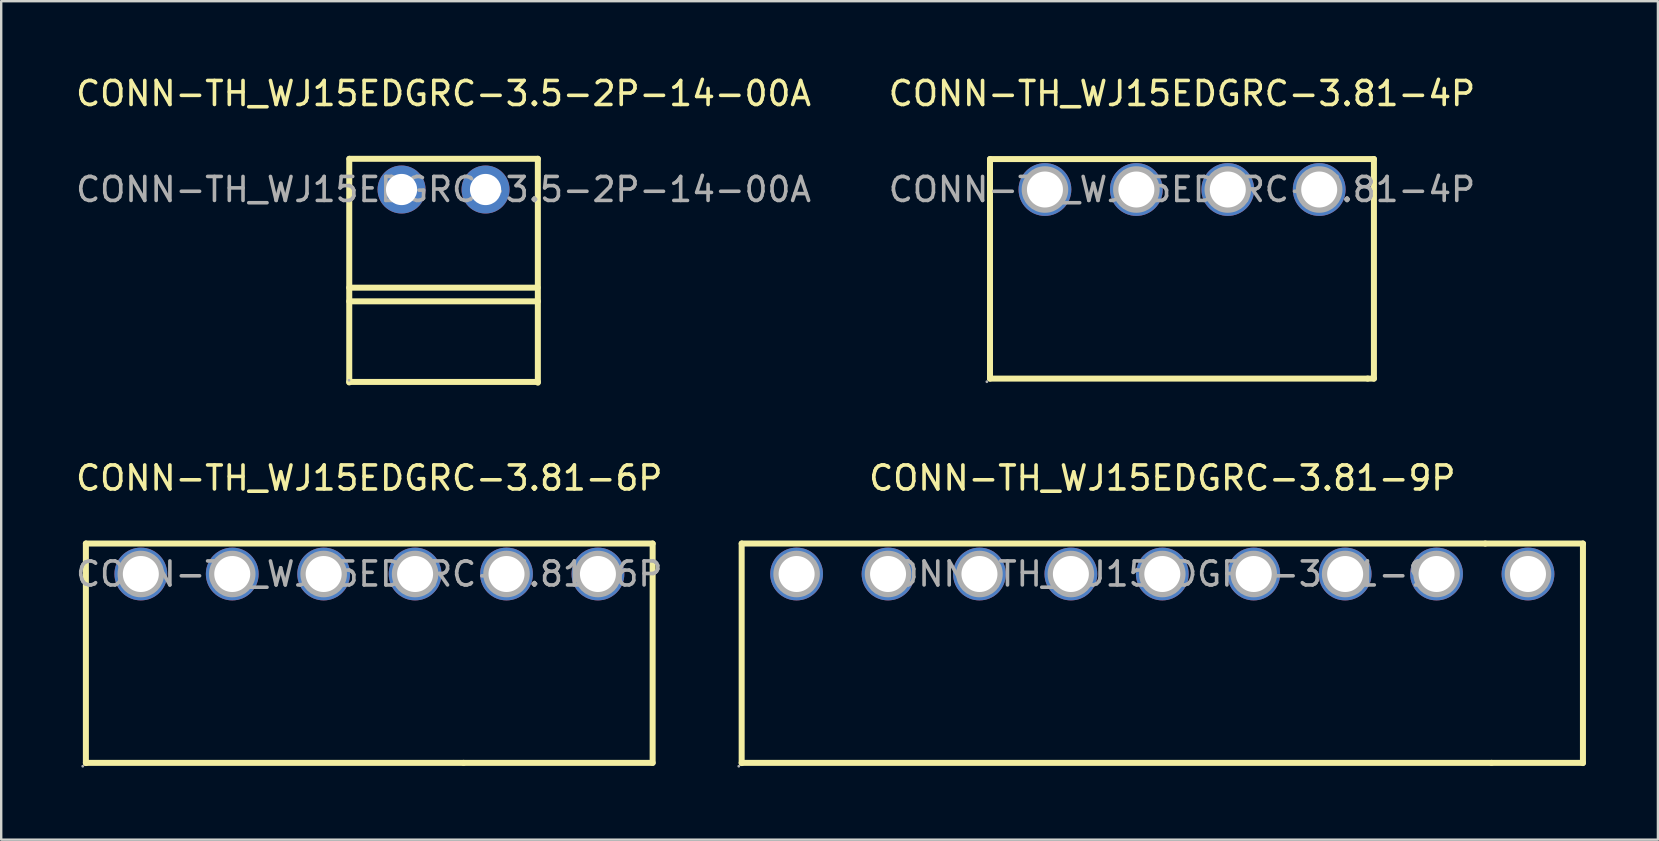
<source format=kicad_pcb>
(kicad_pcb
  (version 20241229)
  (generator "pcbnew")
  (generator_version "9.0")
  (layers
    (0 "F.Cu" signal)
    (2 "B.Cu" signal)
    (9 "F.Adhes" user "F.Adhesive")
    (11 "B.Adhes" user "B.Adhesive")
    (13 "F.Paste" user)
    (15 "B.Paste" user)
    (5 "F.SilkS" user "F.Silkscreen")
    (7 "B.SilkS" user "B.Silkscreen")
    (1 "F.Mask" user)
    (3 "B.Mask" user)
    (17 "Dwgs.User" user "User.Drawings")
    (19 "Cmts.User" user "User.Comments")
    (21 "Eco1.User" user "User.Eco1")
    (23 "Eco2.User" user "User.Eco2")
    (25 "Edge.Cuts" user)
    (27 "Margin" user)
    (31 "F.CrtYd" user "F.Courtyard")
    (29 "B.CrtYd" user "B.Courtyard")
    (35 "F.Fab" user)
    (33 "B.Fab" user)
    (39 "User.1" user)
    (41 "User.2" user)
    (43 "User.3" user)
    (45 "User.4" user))
  (footprint "CONN-TH_WJ15EDGRC-3.81-9P"
    (layer "F.Cu")
    (at 45.389 20.872)
    (property "Reference" "CONN-TH_WJ15EDGRC-3.81-9P" (at 0 -4 0) (layer "F.SilkS") (effects (font (size 1 1) (thickness 0.15))))
    (attr through_hole)
    (fp_line (start -17.53 -1.27) (end -17.53 7.88) (stroke (width 0.25) (type solid)) (layer "F.SilkS"))
    (fp_line (start -17.53 -1.27) (end 13.46 -1.27) (stroke (width 0.25) (type solid)) (layer "F.SilkS"))
    (fp_line (start -17.53 7.87) (end 13.72 7.87) (stroke (width 0.25) (type solid)) (layer "F.SilkS"))
    (fp_line (start 13.46 -1.27) (end 17.53 -1.27) (stroke (width 0.25) (type solid)) (layer "F.SilkS"))
    (fp_line (start 13.72 7.87) (end 17.53 7.87) (stroke (width 0.25) (type solid)) (layer "F.SilkS"))
    (fp_line (start 17.53 -1.27) (end 17.53 7.88) (stroke (width 0.25) (type solid)) (layer "F.SilkS"))
    (fp_circle (center -17.65 8.01) (end -17.62 8.01) (stroke (width 0.06) (type solid)) (fill no) (layer "F.Fab"))
    (fp_circle (center -15.24 0) (end -14.92 0) (stroke (width 0.65) (type solid)) (fill no) (layer "F.Fab"))
    (fp_circle (center -11.43 0) (end -11.11 0) (stroke (width 0.65) (type solid)) (fill no) (layer "F.Fab"))
    (fp_circle (center -7.62 0) (end -7.3 0) (stroke (width 0.65) (type solid)) (fill no) (layer "F.Fab"))
    (fp_circle (center -3.81 0) (end -3.49 0) (stroke (width 0.65) (type solid)) (fill no) (layer "F.Fab"))
    (fp_circle (center 0 0) (end 0.32 0) (stroke (width 0.65) (type solid)) (fill no) (layer "F.Fab"))
    (fp_circle (center 3.81 0) (end 4.13 0) (stroke (width 0.65) (type solid)) (fill no) (layer "F.Fab"))
    (fp_circle (center 7.62 0) (end 7.94 0) (stroke (width 0.65) (type solid)) (fill no) (layer "F.Fab"))
    (fp_circle (center 11.43 0) (end 11.75 0) (stroke (width 0.65) (type solid)) (fill no) (layer "F.Fab"))
    (fp_circle (center 15.24 0) (end 15.56 0) (stroke (width 0.65) (type solid)) (fill no) (layer "F.Fab"))
    (fp_text user "${REFERENCE}" (at 0 0 0) (layer "F.Fab") (effects (font (size 1 1) (thickness 0.15))))
    (pad "1" thru_hole circle (at -15.24 0) (size 2.2 2.2) (drill 1.5) (layers "*.Cu" "*.Paste" "*.Mask"))
    (pad "2" thru_hole circle (at -11.43 0) (size 2.2 2.2) (drill 1.5) (layers "*.Cu" "*.Paste" "*.Mask"))
    (pad "3" thru_hole circle (at -7.62 0) (size 2.2 2.2) (drill 1.5) (layers "*.Cu" "*.Paste" "*.Mask"))
    (pad "4" thru_hole circle (at -3.81 0) (size 2.2 2.2) (drill 1.5) (layers "*.Cu" "*.Paste" "*.Mask"))
    (pad "5" thru_hole circle (at 0 0) (size 2.2 2.2) (drill 1.5) (layers "*.Cu" "*.Paste" "*.Mask"))
    (pad "6" thru_hole circle (at 3.81 0) (size 2.2 2.2) (drill 1.5) (layers "*.Cu" "*.Paste" "*.Mask"))
    (pad "7" thru_hole circle (at 7.62 0) (size 2.2 2.2) (drill 1.5) (layers "*.Cu" "*.Paste" "*.Mask"))
    (pad "8" thru_hole circle (at 11.43 0) (size 2.2 2.2) (drill 1.5) (layers "*.Cu" "*.Paste" "*.Mask"))
    (pad "9" thru_hole circle (at 15.24 0) (size 2.2 2.2) (drill 1.5) (layers "*.Cu" "*.Paste" "*.Mask")))
  (footprint "CONN-TH_WJ15EDGRC-3.81-6P"
    (layer "F.Cu")
    (at 12.339 20.872)
    (property "Reference" "CONN-TH_WJ15EDGRC-3.81-6P" (at 0 -4 0) (layer "F.SilkS") (effects (font (size 1 1) (thickness 0.15))))
    (attr through_hole)
    (fp_line (start -11.81 -1.27) (end -11.81 7.88) (stroke (width 0.25) (type solid)) (layer "F.SilkS"))
    (fp_line (start -11.81 -1.27) (end 11.81 -1.27) (stroke (width 0.25) (type solid)) (layer "F.SilkS"))
    (fp_line (start -11.81 7.87) (end 3.93 7.87) (stroke (width 0.25) (type solid)) (layer "F.SilkS"))
    (fp_line (start 11.81 -1.27) (end 11.81 7.87) (stroke (width 0.25) (type solid)) (layer "F.SilkS"))
    (fp_line (start 11.81 7.87) (end 3.93 7.87) (stroke (width 0.25) (type solid)) (layer "F.SilkS"))
    (fp_circle (center -11.94 8.01) (end -11.91 8.01) (stroke (width 0.06) (type solid)) (fill no) (layer "F.Fab"))
    (fp_circle (center -9.52 0) (end -9.2 0) (stroke (width 0.65) (type solid)) (fill no) (layer "F.Fab"))
    (fp_circle (center -5.71 0) (end -5.39 0) (stroke (width 0.65) (type solid)) (fill no) (layer "F.Fab"))
    (fp_circle (center -1.9 0) (end -1.58 0) (stroke (width 0.65) (type solid)) (fill no) (layer "F.Fab"))
    (fp_circle (center 1.91 0) (end 2.23 0) (stroke (width 0.65) (type solid)) (fill no) (layer "F.Fab"))
    (fp_circle (center 5.72 0) (end 6.04 0) (stroke (width 0.65) (type solid)) (fill no) (layer "F.Fab"))
    (fp_circle (center 9.53 0) (end 9.85 0) (stroke (width 0.65) (type solid)) (fill no) (layer "F.Fab"))
    (fp_text user "${REFERENCE}" (at 0 0 0) (layer "F.Fab") (effects (font (size 1 1) (thickness 0.15))))
    (pad "1" thru_hole circle (at -9.52 0) (size 2.2 2.2) (drill 1.5) (layers "*.Cu" "*.Paste" "*.Mask"))
    (pad "2" thru_hole circle (at -5.71 0) (size 2.2 2.2) (drill 1.5) (layers "*.Cu" "*.Paste" "*.Mask"))
    (pad "3" thru_hole circle (at -1.9 0) (size 2.2 2.2) (drill 1.5) (layers "*.Cu" "*.Paste" "*.Mask"))
    (pad "4" thru_hole circle (at 1.91 0) (size 2.2 2.2) (drill 1.5) (layers "*.Cu" "*.Paste" "*.Mask"))
    (pad "5" thru_hole circle (at 5.72 0) (size 2.2 2.2) (drill 1.5) (layers "*.Cu" "*.Paste" "*.Mask"))
    (pad "6" thru_hole circle (at 9.53 0) (size 2.2 2.2) (drill 1.5) (layers "*.Cu" "*.Paste" "*.Mask")))
  (footprint "CONN-TH_WJ15EDGRC-3.5-2P-14-00A"
    (layer "F.Cu")
    (at 15.435 4.848)
    (property "Reference" "CONN-TH_WJ15EDGRC-3.5-2P-14-00A" (at 0 -4 0) (layer "F.SilkS") (effects (font (size 1 1) (thickness 0.15))))
    (attr through_hole)
    (fp_line (start -3.93 -1.28) (end -3.93 8.04) (stroke (width 0.25) (type solid)) (layer "F.SilkS"))
    (fp_line (start -3.93 4.09) (end 3.92 4.09) (stroke (width 0.25) (type solid)) (layer "F.SilkS"))
    (fp_line (start -3.93 4.66) (end 3.93 4.66) (stroke (width 0.25) (type solid)) (layer "F.SilkS"))
    (fp_line (start -3.93 8.02) (end 3.93 8.02) (stroke (width 0.25) (type solid)) (layer "F.SilkS"))
    (fp_line (start -3.92 -1.28) (end 3.93 -1.28) (stroke (width 0.25) (type solid)) (layer "F.SilkS"))
    (fp_line (start 3.93 -1.28) (end 3.93 8.05) (stroke (width 0.25) (type solid)) (layer "F.SilkS"))
    (fp_circle (center -3.94 7.95) (end -3.91 7.95) (stroke (width 0.06) (type solid)) (fill no) (layer "F.Fab"))
    (fp_text user "${REFERENCE}" (at 0 0 0) (layer "F.Fab") (effects (font (size 1 1) (thickness 0.15))))
    (pad "1" thru_hole circle (at -1.75 0) (size 2 2) (drill 1.3) (layers "*.Cu" "*.Paste" "*.Mask"))
    (pad "2" thru_hole circle (at 1.75 0) (size 2 2) (drill 1.3) (layers "*.Cu" "*.Paste" "*.Mask")))
  (footprint "CONN-TH_WJ15EDGRC-3.81-4P"
    (layer "F.Cu")
    (at 46.208 4.848)
    (property "Reference" "CONN-TH_WJ15EDGRC-3.81-4P" (at 0 -4 0) (layer "F.SilkS") (effects (font (size 1 1) (thickness 0.15))))
    (attr through_hole)
    (fp_line (start -8 -1.27) (end -8 7.88) (stroke (width 0.25) (type solid)) (layer "F.SilkS"))
    (fp_line (start -8 -1.27) (end 8 -1.27) (stroke (width 0.25) (type solid)) (layer "F.SilkS"))
    (fp_line (start -8 7.88) (end 7.74 7.88) (stroke (width 0.25) (type solid)) (layer "F.SilkS"))
    (fp_line (start 8 -1.27) (end 8 7.88) (stroke (width 0.25) (type solid)) (layer "F.SilkS"))
    (fp_line (start 8 7.88) (end 7.74 7.88) (stroke (width 0.25) (type solid)) (layer "F.SilkS"))
    (fp_circle (center -8.13 8.01) (end -8.1 8.01) (stroke (width 0.06) (type solid)) (fill no) (layer "F.Fab"))
    (fp_circle (center -5.71 0) (end -5.39 0) (stroke (width 0.65) (type solid)) (fill no) (layer "F.Fab"))
    (fp_circle (center -1.9 0) (end -1.58 0) (stroke (width 0.65) (type solid)) (fill no) (layer "F.Fab"))
    (fp_circle (center 1.91 0) (end 2.23 0) (stroke (width 0.65) (type solid)) (fill no) (layer "F.Fab"))
    (fp_circle (center 5.72 0) (end 6.04 0) (stroke (width 0.65) (type solid)) (fill no) (layer "F.Fab"))
    (fp_text user "${REFERENCE}" (at 0 0 0) (layer "F.Fab") (effects (font (size 1 1) (thickness 0.15))))
    (pad "1" thru_hole circle (at -5.71 0) (size 2.2 2.2) (drill 1.5) (layers "*.Cu" "*.Paste" "*.Mask"))
    (pad "2" thru_hole circle (at -1.9 0) (size 2.2 2.2) (drill 1.5) (layers "*.Cu" "*.Paste" "*.Mask"))
    (pad "3" thru_hole circle (at 1.91 0) (size 2.2 2.2) (drill 1.5) (layers "*.Cu" "*.Paste" "*.Mask"))
    (pad "4" thru_hole circle (at 5.72 0) (size 2.2 2.2) (drill 1.5) (layers "*.Cu" "*.Paste" "*.Mask")))
  (gr_rect
    (start -3 -3)
    (end 66.044 31.942)
    (stroke (width 0.1) (type default))
    (fill no)
    (layer "Edge.Cuts")))
</source>
